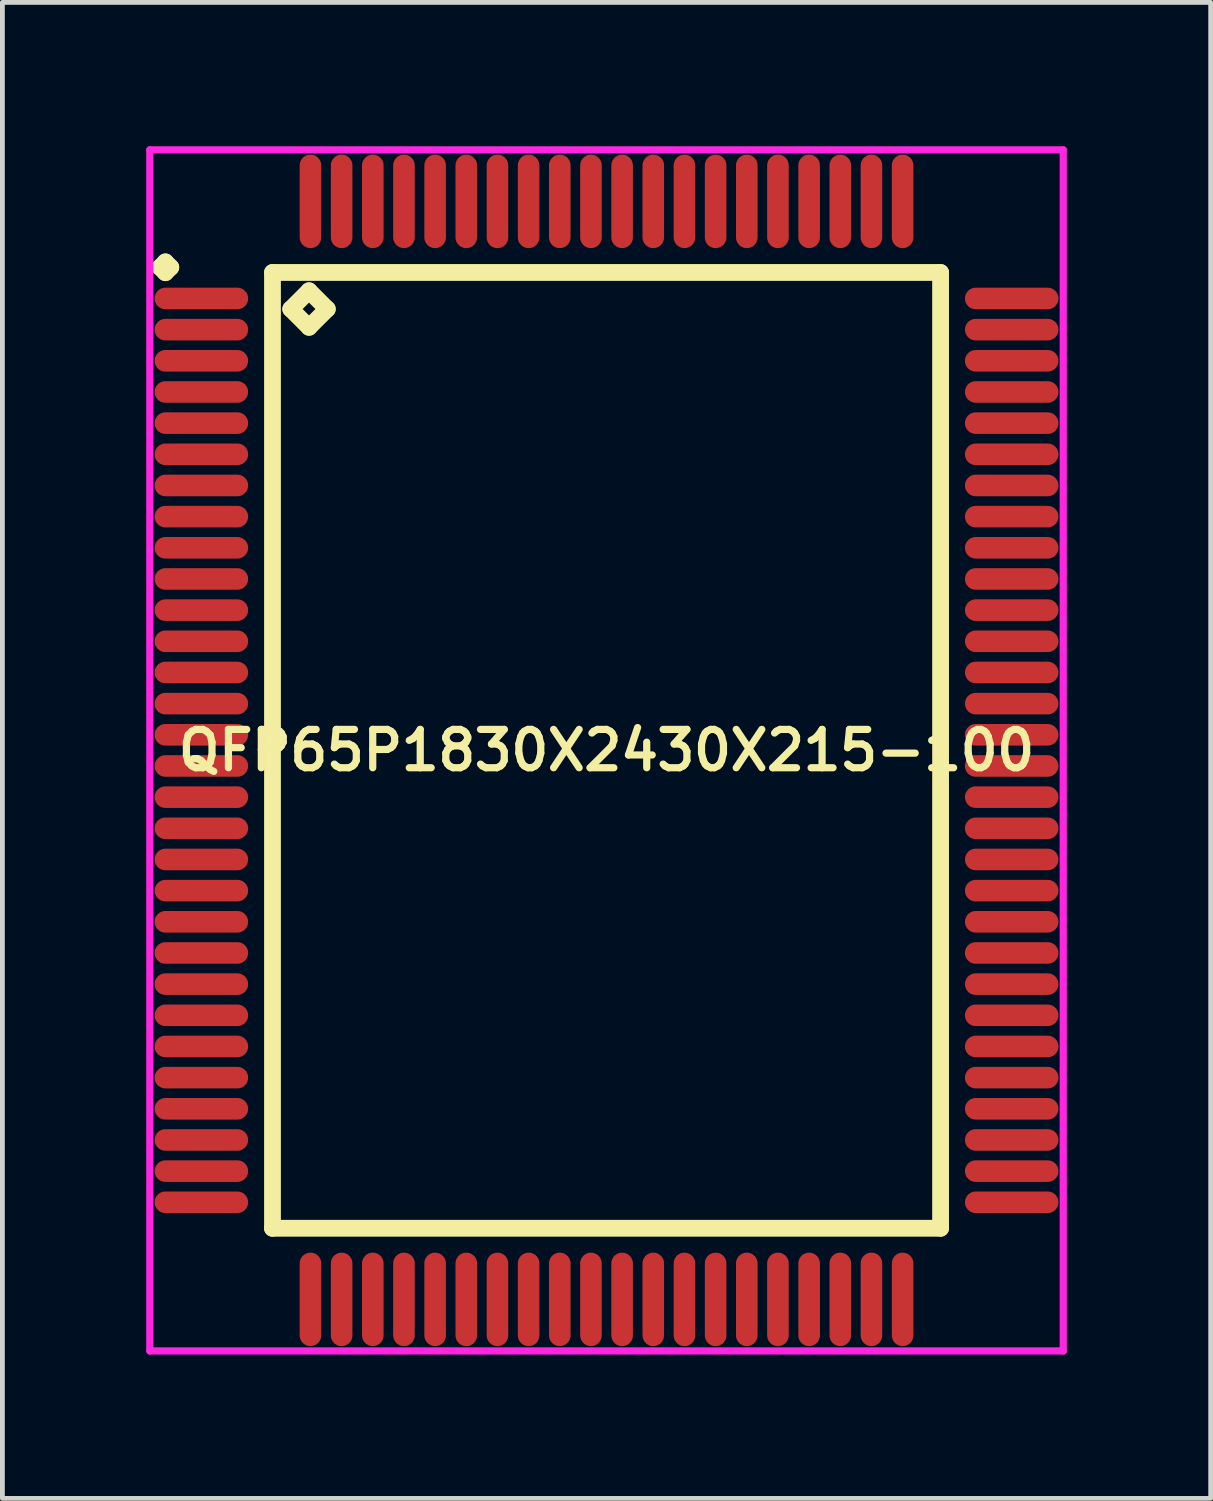
<source format=kicad_pcb>
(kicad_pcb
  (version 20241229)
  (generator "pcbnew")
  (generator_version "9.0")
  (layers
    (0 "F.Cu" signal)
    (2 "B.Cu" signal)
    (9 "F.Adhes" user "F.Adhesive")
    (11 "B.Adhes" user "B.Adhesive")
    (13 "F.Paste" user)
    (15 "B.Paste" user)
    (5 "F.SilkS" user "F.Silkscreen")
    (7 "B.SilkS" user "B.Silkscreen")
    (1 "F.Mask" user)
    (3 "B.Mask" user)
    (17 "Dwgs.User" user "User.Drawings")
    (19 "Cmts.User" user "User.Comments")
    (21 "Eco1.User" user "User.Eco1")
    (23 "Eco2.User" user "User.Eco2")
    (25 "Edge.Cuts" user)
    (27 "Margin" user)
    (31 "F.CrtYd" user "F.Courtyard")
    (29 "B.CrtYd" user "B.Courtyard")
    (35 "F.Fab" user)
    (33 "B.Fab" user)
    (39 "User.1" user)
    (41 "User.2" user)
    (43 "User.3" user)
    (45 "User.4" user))
  (footprint "QFP65P1830X2430X215-100"
    (layer "F.Cu")
    (at 9.6 12.6)
    (property "Reference" "QFP65P1830X2430X215-100" (at 0 0 0) (layer "F.SilkS") (effects (font (size 0.8 0.8) (thickness 0.15))))
    (attr smd)
    (fp_line (start -9.312 -10.075) (end -9.2 -10.188) (stroke (width 0.35) (type solid)) (layer "F.SilkS"))
    (fp_line (start -9.2 -10.188) (end -9.088 -10.075) (stroke (width 0.35) (type solid)) (layer "F.SilkS"))
    (fp_line (start -9.2 -9.963) (end -9.312 -10.075) (stroke (width 0.35) (type solid)) (layer "F.SilkS"))
    (fp_line (start -9.088 -10.075) (end -9.2 -9.963) (stroke (width 0.35) (type solid)) (layer "F.SilkS"))
    (fp_line (start -6.967 -9.967) (end -6.967 9.967) (stroke (width 0.35) (type solid)) (layer "F.SilkS"))
    (fp_line (start -6.967 9.967) (end 6.967 9.967) (stroke (width 0.35) (type solid)) (layer "F.SilkS"))
    (fp_line (start -6.586 -9.205) (end -6.205 -9.586) (stroke (width 0.35) (type solid)) (layer "F.SilkS"))
    (fp_line (start -6.205 -9.586) (end -5.824 -9.205) (stroke (width 0.35) (type solid)) (layer "F.SilkS"))
    (fp_line (start -6.205 -8.824) (end -6.586 -9.205) (stroke (width 0.35) (type solid)) (layer "F.SilkS"))
    (fp_line (start -5.824 -9.205) (end -6.205 -8.824) (stroke (width 0.35) (type solid)) (layer "F.SilkS"))
    (fp_line (start 6.967 -9.967) (end -6.967 -9.967) (stroke (width 0.35) (type solid)) (layer "F.SilkS"))
    (fp_line (start 6.967 9.967) (end 6.967 -9.967) (stroke (width 0.35) (type solid)) (layer "F.SilkS"))
    (fp_line (start -9.525 -12.525) (end 9.525 -12.525) (stroke (width 0.15) (type solid)) (layer "F.CrtYd"))
    (fp_line (start -9.525 12.525) (end -9.525 -12.525) (stroke (width 0.15) (type solid)) (layer "F.CrtYd"))
    (fp_line (start 9.525 -12.525) (end 9.525 12.525) (stroke (width 0.15) (type solid)) (layer "F.CrtYd"))
    (fp_line (start 9.525 12.525) (end -9.525 12.525) (stroke (width 0.15) (type solid)) (layer "F.CrtYd"))
    (pad "1" smd oval (at -8.45 -9.425) (size 1.95 0.45) (layers "F.Cu" "F.Mask" "F.Paste"))
    (pad "2" smd oval (at -8.45 -8.775) (size 1.95 0.45) (layers "F.Cu" "F.Mask" "F.Paste"))
    (pad "3" smd oval (at -8.45 -8.125) (size 1.95 0.45) (layers "F.Cu" "F.Mask" "F.Paste"))
    (pad "4" smd oval (at -8.45 -7.475) (size 1.95 0.45) (layers "F.Cu" "F.Mask" "F.Paste"))
    (pad "5" smd oval (at -8.45 -6.825) (size 1.95 0.45) (layers "F.Cu" "F.Mask" "F.Paste"))
    (pad "6" smd oval (at -8.45 -6.175) (size 1.95 0.45) (layers "F.Cu" "F.Mask" "F.Paste"))
    (pad "7" smd oval (at -8.45 -5.525) (size 1.95 0.45) (layers "F.Cu" "F.Mask" "F.Paste"))
    (pad "8" smd oval (at -8.45 -4.875) (size 1.95 0.45) (layers "F.Cu" "F.Mask" "F.Paste"))
    (pad "9" smd oval (at -8.45 -4.225) (size 1.95 0.45) (layers "F.Cu" "F.Mask" "F.Paste"))
    (pad "10" smd oval (at -8.45 -3.575) (size 1.95 0.45) (layers "F.Cu" "F.Mask" "F.Paste"))
    (pad "11" smd oval (at -8.45 -2.925) (size 1.95 0.45) (layers "F.Cu" "F.Mask" "F.Paste"))
    (pad "12" smd oval (at -8.45 -2.275) (size 1.95 0.45) (layers "F.Cu" "F.Mask" "F.Paste"))
    (pad "13" smd oval (at -8.45 -1.625) (size 1.95 0.45) (layers "F.Cu" "F.Mask" "F.Paste"))
    (pad "14" smd oval (at -8.45 -0.975) (size 1.95 0.45) (layers "F.Cu" "F.Mask" "F.Paste"))
    (pad "15" smd oval (at -8.45 -0.325) (size 1.95 0.45) (layers "F.Cu" "F.Mask" "F.Paste"))
    (pad "16" smd oval (at -8.45 0.325) (size 1.95 0.45) (layers "F.Cu" "F.Mask" "F.Paste"))
    (pad "17" smd oval (at -8.45 0.975) (size 1.95 0.45) (layers "F.Cu" "F.Mask" "F.Paste"))
    (pad "18" smd oval (at -8.45 1.625) (size 1.95 0.45) (layers "F.Cu" "F.Mask" "F.Paste"))
    (pad "19" smd oval (at -8.45 2.275) (size 1.95 0.45) (layers "F.Cu" "F.Mask" "F.Paste"))
    (pad "20" smd oval (at -8.45 2.925) (size 1.95 0.45) (layers "F.Cu" "F.Mask" "F.Paste"))
    (pad "21" smd oval (at -8.45 3.575) (size 1.95 0.45) (layers "F.Cu" "F.Mask" "F.Paste"))
    (pad "22" smd oval (at -8.45 4.225) (size 1.95 0.45) (layers "F.Cu" "F.Mask" "F.Paste"))
    (pad "23" smd oval (at -8.45 4.875) (size 1.95 0.45) (layers "F.Cu" "F.Mask" "F.Paste"))
    (pad "24" smd oval (at -8.45 5.525) (size 1.95 0.45) (layers "F.Cu" "F.Mask" "F.Paste"))
    (pad "25" smd oval (at -8.45 6.175) (size 1.95 0.45) (layers "F.Cu" "F.Mask" "F.Paste"))
    (pad "26" smd oval (at -8.45 6.825) (size 1.95 0.45) (layers "F.Cu" "F.Mask" "F.Paste"))
    (pad "27" smd oval (at -8.45 7.475) (size 1.95 0.45) (layers "F.Cu" "F.Mask" "F.Paste"))
    (pad "28" smd oval (at -8.45 8.125) (size 1.95 0.45) (layers "F.Cu" "F.Mask" "F.Paste"))
    (pad "29" smd oval (at -8.45 8.775) (size 1.95 0.45) (layers "F.Cu" "F.Mask" "F.Paste"))
    (pad "30" smd oval (at -8.45 9.425) (size 1.95 0.45) (layers "F.Cu" "F.Mask" "F.Paste"))
    (pad "31" smd oval (at -6.175 11.45) (size 0.45 1.95) (layers "F.Cu" "F.Mask" "F.Paste"))
    (pad "32" smd oval (at -5.525 11.45) (size 0.45 1.95) (layers "F.Cu" "F.Mask" "F.Paste"))
    (pad "33" smd oval (at -4.875 11.45) (size 0.45 1.95) (layers "F.Cu" "F.Mask" "F.Paste"))
    (pad "34" smd oval (at -4.225 11.45) (size 0.45 1.95) (layers "F.Cu" "F.Mask" "F.Paste"))
    (pad "35" smd oval (at -3.575 11.45) (size 0.45 1.95) (layers "F.Cu" "F.Mask" "F.Paste"))
    (pad "36" smd oval (at -2.925 11.45) (size 0.45 1.95) (layers "F.Cu" "F.Mask" "F.Paste"))
    (pad "37" smd oval (at -2.275 11.45) (size 0.45 1.95) (layers "F.Cu" "F.Mask" "F.Paste"))
    (pad "38" smd oval (at -1.625 11.45) (size 0.45 1.95) (layers "F.Cu" "F.Mask" "F.Paste"))
    (pad "39" smd oval (at -0.975 11.45) (size 0.45 1.95) (layers "F.Cu" "F.Mask" "F.Paste"))
    (pad "40" smd oval (at -0.325 11.45) (size 0.45 1.95) (layers "F.Cu" "F.Mask" "F.Paste"))
    (pad "41" smd oval (at 0.325 11.45) (size 0.45 1.95) (layers "F.Cu" "F.Mask" "F.Paste"))
    (pad "42" smd oval (at 0.975 11.45) (size 0.45 1.95) (layers "F.Cu" "F.Mask" "F.Paste"))
    (pad "43" smd oval (at 1.625 11.45) (size 0.45 1.95) (layers "F.Cu" "F.Mask" "F.Paste"))
    (pad "44" smd oval (at 2.275 11.45) (size 0.45 1.95) (layers "F.Cu" "F.Mask" "F.Paste"))
    (pad "45" smd oval (at 2.925 11.45) (size 0.45 1.95) (layers "F.Cu" "F.Mask" "F.Paste"))
    (pad "46" smd oval (at 3.575 11.45) (size 0.45 1.95) (layers "F.Cu" "F.Mask" "F.Paste"))
    (pad "47" smd oval (at 4.225 11.45) (size 0.45 1.95) (layers "F.Cu" "F.Mask" "F.Paste"))
    (pad "48" smd oval (at 4.875 11.45) (size 0.45 1.95) (layers "F.Cu" "F.Mask" "F.Paste"))
    (pad "49" smd oval (at 5.525 11.45) (size 0.45 1.95) (layers "F.Cu" "F.Mask" "F.Paste"))
    (pad "50" smd oval (at 6.175 11.45) (size 0.45 1.95) (layers "F.Cu" "F.Mask" "F.Paste"))
    (pad "51" smd oval (at 8.45 9.425) (size 1.95 0.45) (layers "F.Cu" "F.Mask" "F.Paste"))
    (pad "52" smd oval (at 8.45 8.775) (size 1.95 0.45) (layers "F.Cu" "F.Mask" "F.Paste"))
    (pad "53" smd oval (at 8.45 8.125) (size 1.95 0.45) (layers "F.Cu" "F.Mask" "F.Paste"))
    (pad "54" smd oval (at 8.45 7.475) (size 1.95 0.45) (layers "F.Cu" "F.Mask" "F.Paste"))
    (pad "55" smd oval (at 8.45 6.825) (size 1.95 0.45) (layers "F.Cu" "F.Mask" "F.Paste"))
    (pad "56" smd oval (at 8.45 6.175) (size 1.95 0.45) (layers "F.Cu" "F.Mask" "F.Paste"))
    (pad "57" smd oval (at 8.45 5.525) (size 1.95 0.45) (layers "F.Cu" "F.Mask" "F.Paste"))
    (pad "58" smd oval (at 8.45 4.875) (size 1.95 0.45) (layers "F.Cu" "F.Mask" "F.Paste"))
    (pad "59" smd oval (at 8.45 4.225) (size 1.95 0.45) (layers "F.Cu" "F.Mask" "F.Paste"))
    (pad "60" smd oval (at 8.45 3.575) (size 1.95 0.45) (layers "F.Cu" "F.Mask" "F.Paste"))
    (pad "61" smd oval (at 8.45 2.925) (size 1.95 0.45) (layers "F.Cu" "F.Mask" "F.Paste"))
    (pad "62" smd oval (at 8.45 2.275) (size 1.95 0.45) (layers "F.Cu" "F.Mask" "F.Paste"))
    (pad "63" smd oval (at 8.45 1.625) (size 1.95 0.45) (layers "F.Cu" "F.Mask" "F.Paste"))
    (pad "64" smd oval (at 8.45 0.975) (size 1.95 0.45) (layers "F.Cu" "F.Mask" "F.Paste"))
    (pad "65" smd oval (at 8.45 0.325) (size 1.95 0.45) (layers "F.Cu" "F.Mask" "F.Paste"))
    (pad "66" smd oval (at 8.45 -0.325) (size 1.95 0.45) (layers "F.Cu" "F.Mask" "F.Paste"))
    (pad "67" smd oval (at 8.45 -0.975) (size 1.95 0.45) (layers "F.Cu" "F.Mask" "F.Paste"))
    (pad "68" smd oval (at 8.45 -1.625) (size 1.95 0.45) (layers "F.Cu" "F.Mask" "F.Paste"))
    (pad "69" smd oval (at 8.45 -2.275) (size 1.95 0.45) (layers "F.Cu" "F.Mask" "F.Paste"))
    (pad "70" smd oval (at 8.45 -2.925) (size 1.95 0.45) (layers "F.Cu" "F.Mask" "F.Paste"))
    (pad "71" smd oval (at 8.45 -3.575) (size 1.95 0.45) (layers "F.Cu" "F.Mask" "F.Paste"))
    (pad "72" smd oval (at 8.45 -4.225) (size 1.95 0.45) (layers "F.Cu" "F.Mask" "F.Paste"))
    (pad "73" smd oval (at 8.45 -4.875) (size 1.95 0.45) (layers "F.Cu" "F.Mask" "F.Paste"))
    (pad "74" smd oval (at 8.45 -5.525) (size 1.95 0.45) (layers "F.Cu" "F.Mask" "F.Paste"))
    (pad "75" smd oval (at 8.45 -6.175) (size 1.95 0.45) (layers "F.Cu" "F.Mask" "F.Paste"))
    (pad "76" smd oval (at 8.45 -6.825) (size 1.95 0.45) (layers "F.Cu" "F.Mask" "F.Paste"))
    (pad "77" smd oval (at 8.45 -7.475) (size 1.95 0.45) (layers "F.Cu" "F.Mask" "F.Paste"))
    (pad "78" smd oval (at 8.45 -8.125) (size 1.95 0.45) (layers "F.Cu" "F.Mask" "F.Paste"))
    (pad "79" smd oval (at 8.45 -8.775) (size 1.95 0.45) (layers "F.Cu" "F.Mask" "F.Paste"))
    (pad "80" smd oval (at 8.45 -9.425) (size 1.95 0.45) (layers "F.Cu" "F.Mask" "F.Paste"))
    (pad "81" smd oval (at 6.175 -11.45) (size 0.45 1.95) (layers "F.Cu" "F.Mask" "F.Paste"))
    (pad "82" smd oval (at 5.525 -11.45) (size 0.45 1.95) (layers "F.Cu" "F.Mask" "F.Paste"))
    (pad "83" smd oval (at 4.875 -11.45) (size 0.45 1.95) (layers "F.Cu" "F.Mask" "F.Paste"))
    (pad "84" smd oval (at 4.225 -11.45) (size 0.45 1.95) (layers "F.Cu" "F.Mask" "F.Paste"))
    (pad "85" smd oval (at 3.575 -11.45) (size 0.45 1.95) (layers "F.Cu" "F.Mask" "F.Paste"))
    (pad "86" smd oval (at 2.925 -11.45) (size 0.45 1.95) (layers "F.Cu" "F.Mask" "F.Paste"))
    (pad "87" smd oval (at 2.275 -11.45) (size 0.45 1.95) (layers "F.Cu" "F.Mask" "F.Paste"))
    (pad "88" smd oval (at 1.625 -11.45) (size 0.45 1.95) (layers "F.Cu" "F.Mask" "F.Paste"))
    (pad "89" smd oval (at 0.975 -11.45) (size 0.45 1.95) (layers "F.Cu" "F.Mask" "F.Paste"))
    (pad "90" smd oval (at 0.325 -11.45) (size 0.45 1.95) (layers "F.Cu" "F.Mask" "F.Paste"))
    (pad "91" smd oval (at -0.325 -11.45) (size 0.45 1.95) (layers "F.Cu" "F.Mask" "F.Paste"))
    (pad "92" smd oval (at -0.975 -11.45) (size 0.45 1.95) (layers "F.Cu" "F.Mask" "F.Paste"))
    (pad "93" smd oval (at -1.625 -11.45) (size 0.45 1.95) (layers "F.Cu" "F.Mask" "F.Paste"))
    (pad "94" smd oval (at -2.275 -11.45) (size 0.45 1.95) (layers "F.Cu" "F.Mask" "F.Paste"))
    (pad "95" smd oval (at -2.925 -11.45) (size 0.45 1.95) (layers "F.Cu" "F.Mask" "F.Paste"))
    (pad "96" smd oval (at -3.575 -11.45) (size 0.45 1.95) (layers "F.Cu" "F.Mask" "F.Paste"))
    (pad "97" smd oval (at -4.225 -11.45) (size 0.45 1.95) (layers "F.Cu" "F.Mask" "F.Paste"))
    (pad "98" smd oval (at -4.875 -11.45) (size 0.45 1.95) (layers "F.Cu" "F.Mask" "F.Paste"))
    (pad "99" smd oval (at -5.525 -11.45) (size 0.45 1.95) (layers "F.Cu" "F.Mask" "F.Paste"))
    (pad "100" smd oval (at -6.175 -11.45) (size 0.45 1.95) (layers "F.Cu" "F.Mask" "F.Paste")))
  (gr_rect
    (start -3 -3)
    (end 22.2 28.2)
    (stroke (width 0.1) (type default))
    (fill no)
    (layer "Edge.Cuts")))
</source>
